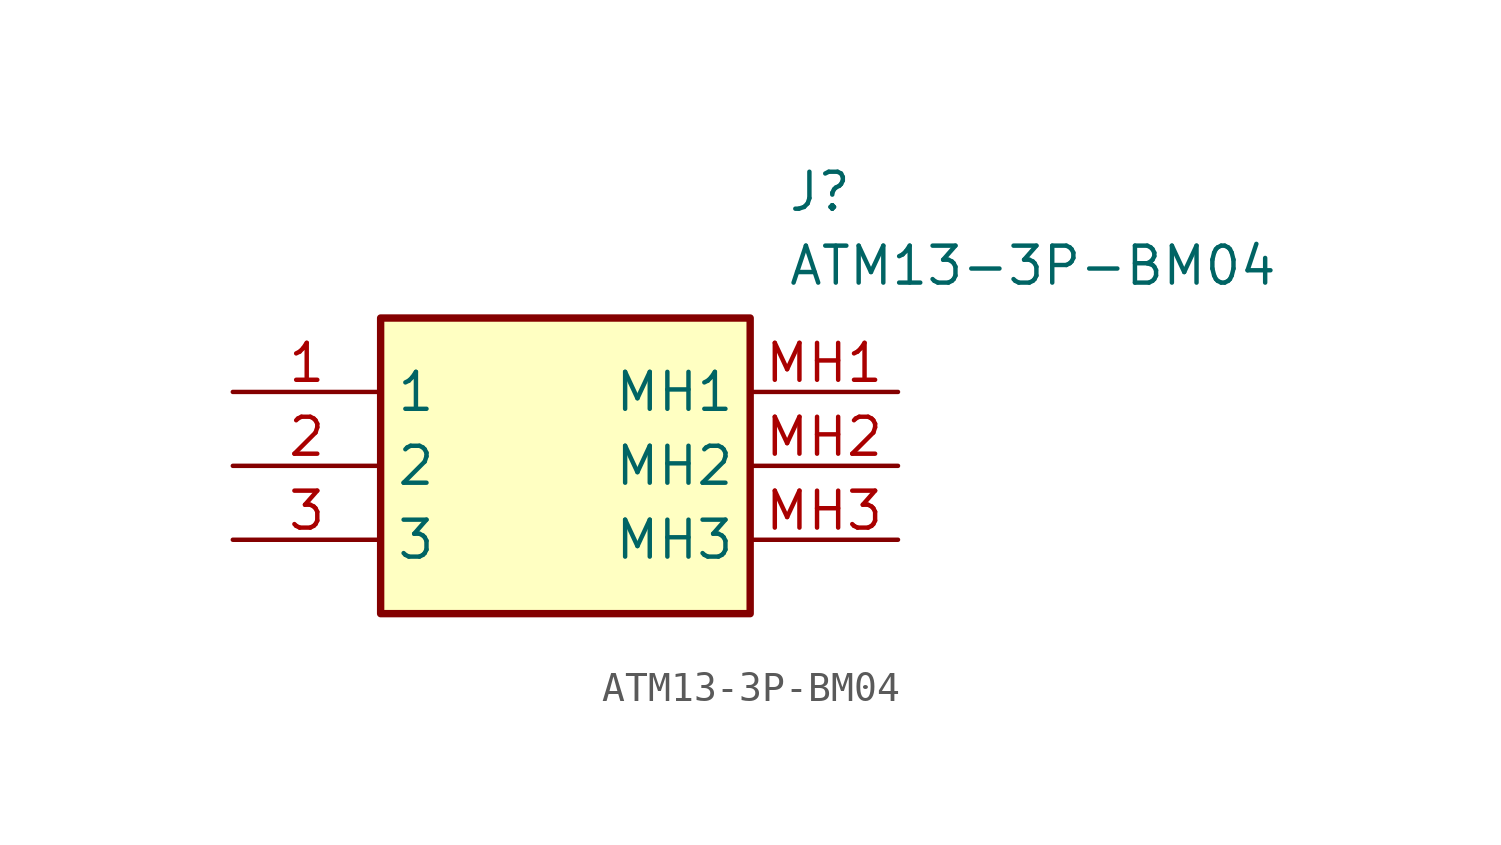
<source format=kicad_sym>
(kicad_symbol_lib
  (version 20211014)
  (generator SamacSys_ECAD_Model)
  (symbol "ATM13-3P-BM04"
    (property "Reference" "J"
      (at 19.05 7.62 0)
      (effects (font (size 1.27 1.27)) (justify left top)))
    (property "Value" "ATM13-3P-BM04"
      (at 19.05 5.08 0)
      (effects (font (size 1.27 1.27)) (justify left top)))
    (rectangle
      (start 5.08 2.54)
      (end 17.78 -7.62)
      (stroke (width 0.254) (type default))
      (fill (type background)))
    (pin passive line
      (at 0 0 0)
      (length 5.08)
      (name "1" (effects (font (size 1.27 1.27))))
      (number "1" (effects (font (size 1.27 1.27)))))
    (pin passive line
      (at 0 -2.54 0)
      (length 5.08)
      (name "2" (effects (font (size 1.27 1.27))))
      (number "2" (effects (font (size 1.27 1.27)))))
    (pin passive line
      (at 0 -5.08 0)
      (length 5.08)
      (name "3" (effects (font (size 1.27 1.27))))
      (number "3" (effects (font (size 1.27 1.27)))))
    (pin passive line
      (at 22.86 0 180)
      (length 5.08)
      (name "MH1" (effects (font (size 1.27 1.27))))
      (number "MH1" (effects (font (size 1.27 1.27)))))
    (pin passive line
      (at 22.86 -2.54 180)
      (length 5.08)
      (name "MH2" (effects (font (size 1.27 1.27))))
      (number "MH2" (effects (font (size 1.27 1.27)))))
    (pin passive line
      (at 22.86 -5.08 180)
      (length 5.08)
      (name "MH3" (effects (font (size 1.27 1.27))))
      (number "MH3" (effects (font (size 1.27 1.27)))))))
</source>
